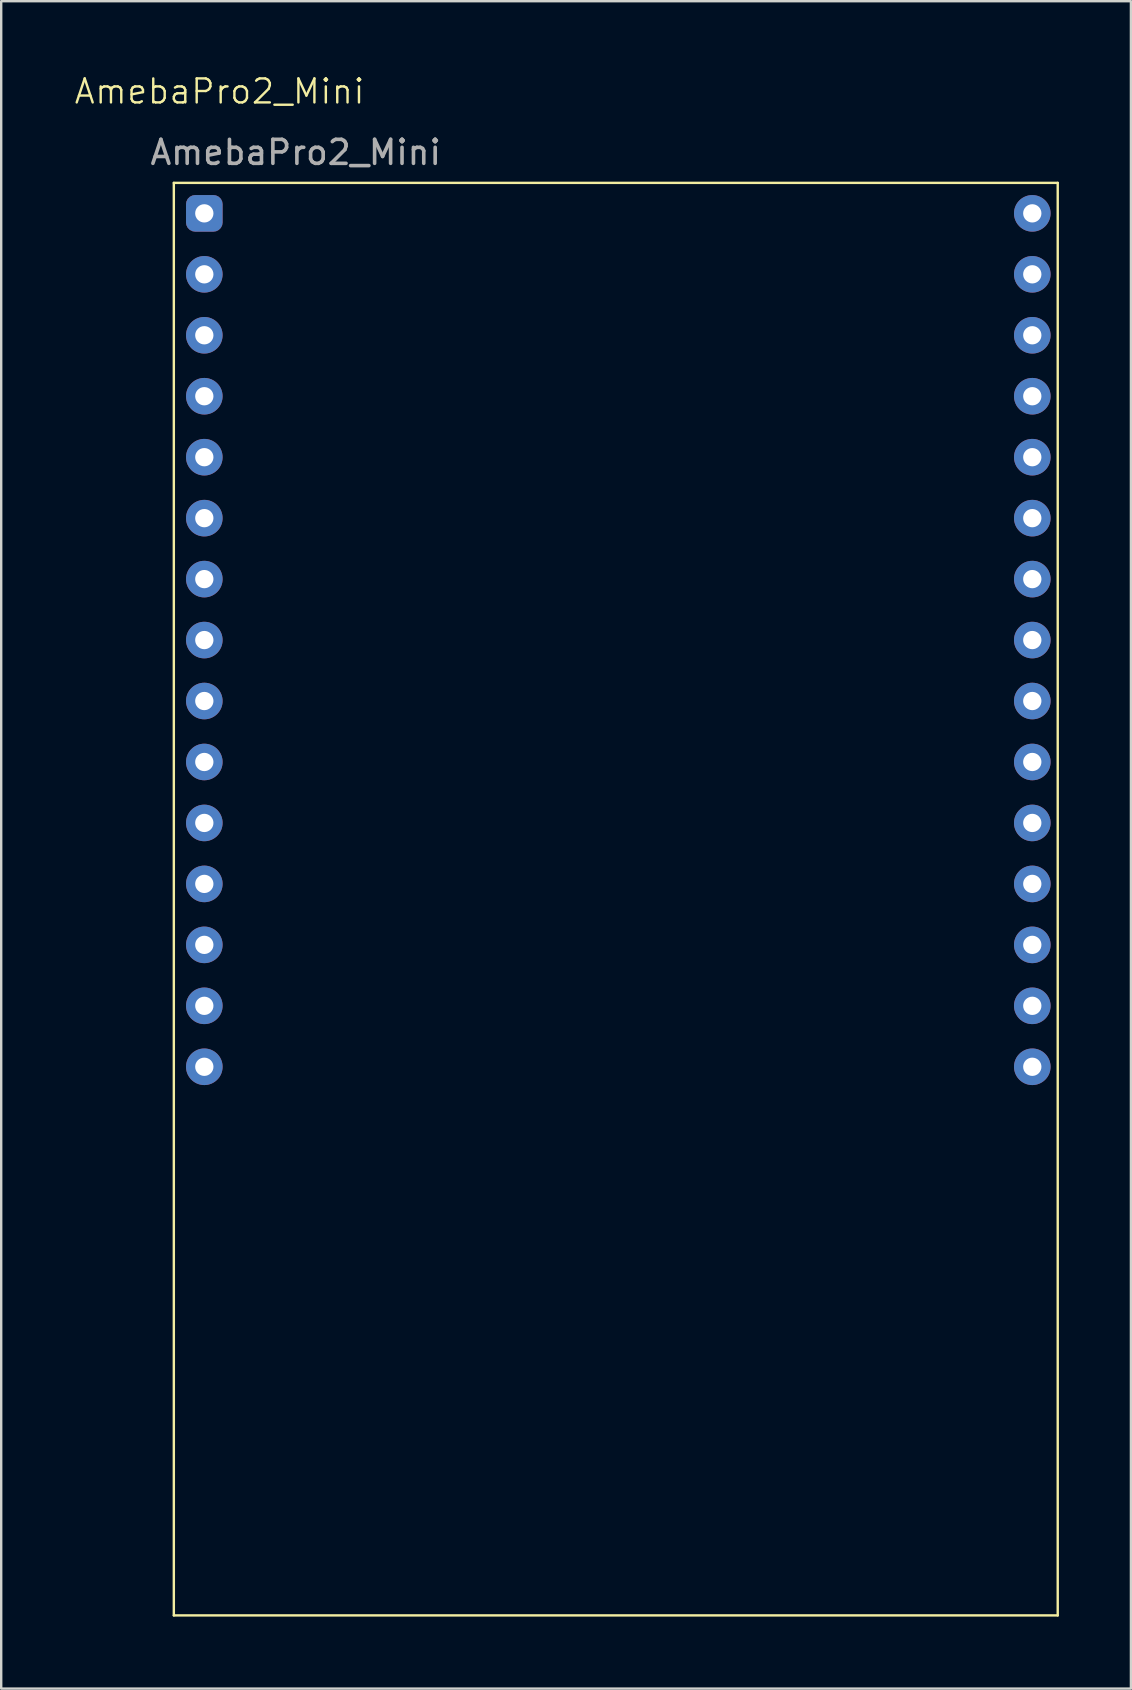
<source format=kicad_pcb>
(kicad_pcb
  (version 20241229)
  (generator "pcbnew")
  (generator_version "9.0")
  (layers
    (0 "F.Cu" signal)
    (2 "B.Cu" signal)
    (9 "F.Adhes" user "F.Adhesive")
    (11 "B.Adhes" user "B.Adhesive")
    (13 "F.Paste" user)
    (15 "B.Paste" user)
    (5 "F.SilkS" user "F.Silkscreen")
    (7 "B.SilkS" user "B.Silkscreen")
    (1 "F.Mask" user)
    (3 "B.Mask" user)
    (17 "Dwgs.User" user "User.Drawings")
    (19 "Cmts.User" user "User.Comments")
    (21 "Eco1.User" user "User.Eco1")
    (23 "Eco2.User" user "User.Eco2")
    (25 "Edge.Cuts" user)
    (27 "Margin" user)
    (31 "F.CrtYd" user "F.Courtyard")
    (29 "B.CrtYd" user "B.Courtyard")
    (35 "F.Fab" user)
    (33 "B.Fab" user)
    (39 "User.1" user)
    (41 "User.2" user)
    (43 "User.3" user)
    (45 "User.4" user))
  (footprint "AmebaPro2_Mini"
    (layer "F.Cu")
    (at 5.463 5.84)
    (property "Reference" "AmebaPro2_Mini" (at 0.635 -5.08 0) (unlocked yes) (layer "F.SilkS") (effects (font (size 1 1) (thickness 0.1))))
    (attr through_hole)
    (fp_line (start -1.27 -1.27) (end -1.27 58.42) (stroke (width 0.1) (type default)) (layer "F.SilkS"))
    (fp_line (start -1.27 -1.27) (end 35.56 -1.27) (stroke (width 0.1) (type default)) (layer "F.SilkS"))
    (fp_line (start -1.27 58.42) (end 35.56 58.42) (stroke (width 0.1) (type default)) (layer "F.SilkS"))
    (fp_line (start 35.56 -1.27) (end 35.56 58.42) (stroke (width 0.1) (type default)) (layer "F.SilkS"))
    (fp_rect (start -1.27 52.07) (end 1.27 57.15) (stroke (width 0.1) (type default)) (fill no) (layer "User.1"))
    (fp_rect (start 3.81 52.07) (end 11.43 58.42) (stroke (width 0.1) (type default)) (fill no) (layer "User.1"))
    (fp_rect (start 9.525 -1.27) (end 24.765 16.51) (stroke (width 0.1) (type default)) (fill no) (layer "User.1"))
    (fp_rect (start 22.86 52.07) (end 30.48 58.42) (stroke (width 0.1) (type default)) (fill no) (layer "User.1"))
    (fp_rect (start 33.02 52.07) (end 35.56 57.15) (stroke (width 0.1) (type default)) (fill no) (layer "User.1"))
    (fp_text user "${REFERENCE}" (at 3.81 -2.54 0) (unlocked yes) (layer "F.Fab") (effects (font (size 1 1) (thickness 0.15))))
    (pad "1" thru_hole roundrect (at 0 0) (size 1.524 1.524) (drill 0.762) (layers "*.Cu" "*.Mask") (roundrect_rratio 0.25) (chamfer_ratio 0.2) (chamfer))
    (pad "2" thru_hole circle (at 0 2.54) (size 1.524 1.524) (drill 0.762) (layers "*.Cu" "*.Mask"))
    (pad "3" thru_hole circle (at 0 5.08) (size 1.524 1.524) (drill 0.762) (layers "*.Cu" "*.Mask"))
    (pad "4" thru_hole circle (at 0 7.62) (size 1.524 1.524) (drill 0.762) (layers "*.Cu" "*.Mask"))
    (pad "5" thru_hole circle (at 0 10.16) (size 1.524 1.524) (drill 0.762) (layers "*.Cu" "*.Mask"))
    (pad "6" thru_hole circle (at 0 12.7) (size 1.524 1.524) (drill 0.762) (layers "*.Cu" "*.Mask"))
    (pad "7" thru_hole circle (at 0 15.24) (size 1.524 1.524) (drill 0.762) (layers "*.Cu" "*.Mask"))
    (pad "8" thru_hole circle (at 0 17.78) (size 1.524 1.524) (drill 0.762) (layers "*.Cu" "*.Mask"))
    (pad "9" thru_hole circle (at 0 20.32) (size 1.524 1.524) (drill 0.762) (layers "*.Cu" "*.Mask"))
    (pad "10" thru_hole circle (at 0 22.86) (size 1.524 1.524) (drill 0.762) (layers "*.Cu" "*.Mask"))
    (pad "11" thru_hole circle (at 0 25.4) (size 1.524 1.524) (drill 0.762) (layers "*.Cu" "*.Mask"))
    (pad "12" thru_hole circle (at 0 27.94) (size 1.524 1.524) (drill 0.762) (layers "*.Cu" "*.Mask"))
    (pad "13" thru_hole circle (at 0 30.48) (size 1.524 1.524) (drill 0.762) (layers "*.Cu" "*.Mask"))
    (pad "14" thru_hole circle (at 0 33.02) (size 1.524 1.524) (drill 0.762) (layers "*.Cu" "*.Mask"))
    (pad "15" thru_hole circle (at 0 35.56) (size 1.524 1.524) (drill 0.762) (layers "*.Cu" "*.Mask"))
    (pad "16" thru_hole circle (at 34.5 35.56) (size 1.524 1.524) (drill 0.762) (layers "*.Cu" "*.Mask"))
    (pad "17" thru_hole circle (at 34.5 33.02) (size 1.524 1.524) (drill 0.762) (layers "*.Cu" "*.Mask"))
    (pad "18" thru_hole circle (at 34.5 30.48) (size 1.524 1.524) (drill 0.762) (layers "*.Cu" "*.Mask"))
    (pad "19" thru_hole circle (at 34.5 27.94) (size 1.524 1.524) (drill 0.762) (layers "*.Cu" "*.Mask"))
    (pad "20" thru_hole circle (at 34.5 25.4) (size 1.524 1.524) (drill 0.762) (layers "*.Cu" "*.Mask"))
    (pad "21" thru_hole circle (at 34.5 22.86) (size 1.524 1.524) (drill 0.762) (layers "*.Cu" "*.Mask"))
    (pad "22" thru_hole circle (at 34.5 20.32) (size 1.524 1.524) (drill 0.762) (layers "*.Cu" "*.Mask"))
    (pad "23" thru_hole circle (at 34.5 17.78) (size 1.524 1.524) (drill 0.762) (layers "*.Cu" "*.Mask"))
    (pad "24" thru_hole circle (at 34.5 15.24) (size 1.524 1.524) (drill 0.762) (layers "*.Cu" "*.Mask"))
    (pad "25" thru_hole circle (at 34.5 12.7) (size 1.524 1.524) (drill 0.762) (layers "*.Cu" "*.Mask"))
    (pad "26" thru_hole circle (at 34.5 10.16) (size 1.524 1.524) (drill 0.762) (layers "*.Cu" "*.Mask"))
    (pad "27" thru_hole circle (at 34.5 7.62) (size 1.524 1.524) (drill 0.762) (layers "*.Cu" "*.Mask"))
    (pad "28" thru_hole circle (at 34.5 5.08) (size 1.524 1.524) (drill 0.762) (layers "*.Cu" "*.Mask"))
    (pad "29" thru_hole circle (at 34.5 2.54) (size 1.524 1.524) (drill 0.762) (layers "*.Cu" "*.Mask"))
    (pad "30" thru_hole circle (at 34.5 0) (size 1.524 1.524) (drill 0.762) (layers "*.Cu" "*.Mask")))
  (gr_rect
    (start -3 -3)
    (end 44.073 67.311)
    (stroke (width 0.1) (type default))
    (fill no)
    (layer "Edge.Cuts")))
</source>
